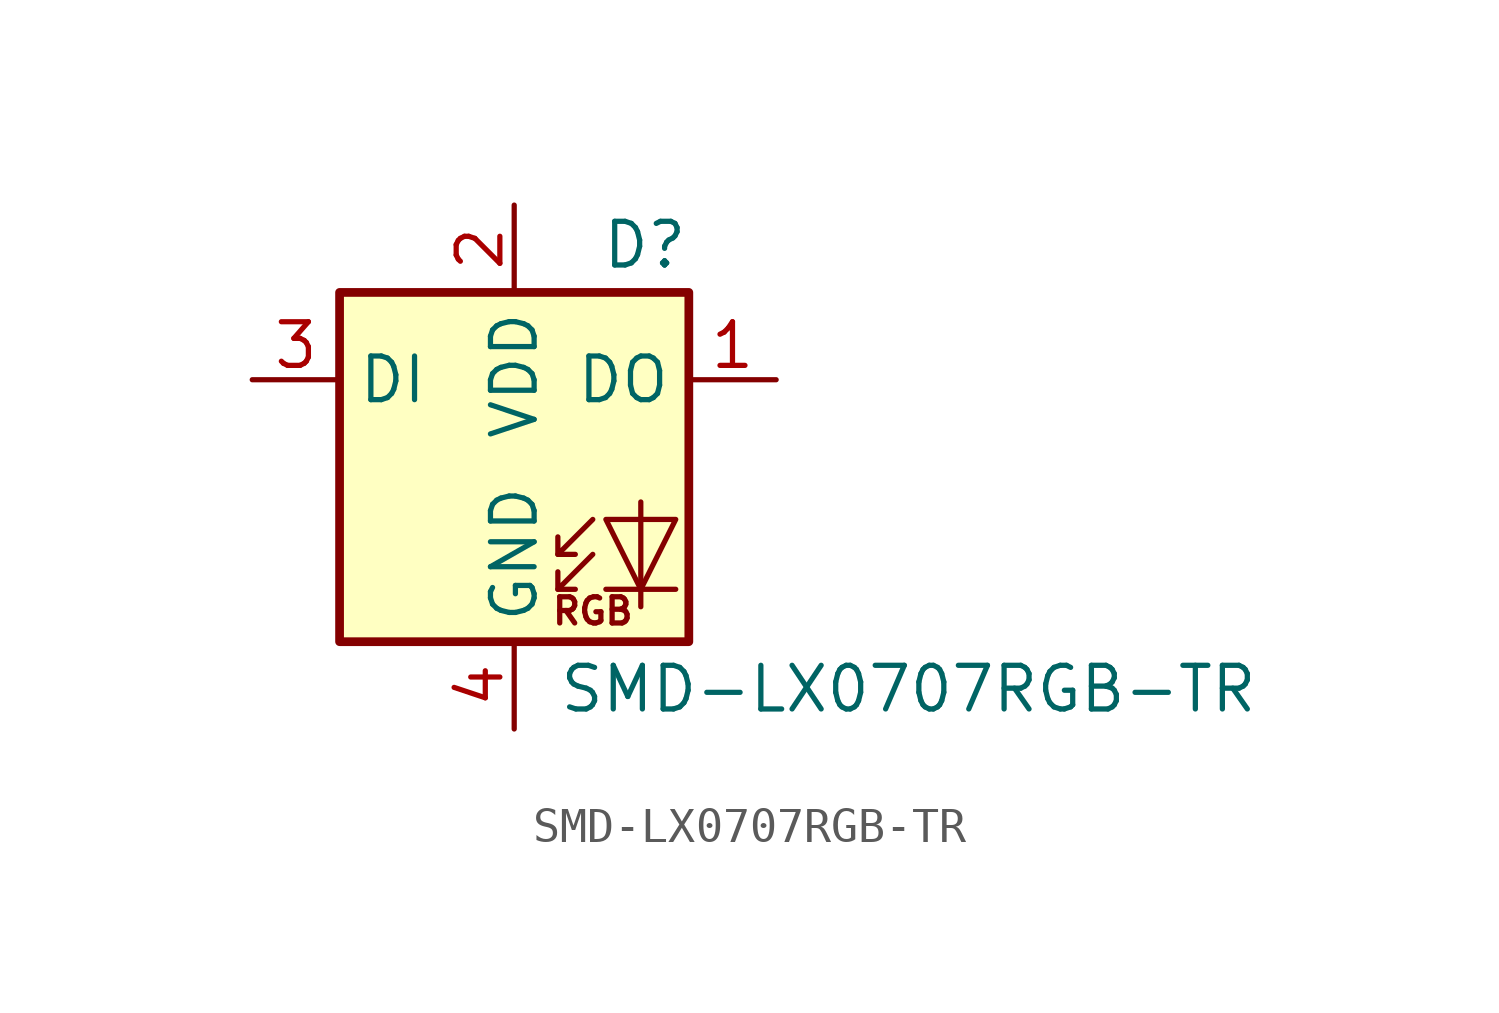
<source format=kicad_sym>
(kicad_symbol_lib
  (version 20201005)
  (generator kicad_symbol_editor)
  (symbol "SMD-LX0707RGB-TR"
    (property "Reference" "D"
      (at 5.08 5.715 0)
      (effects (font (size 1.27 1.27)) (justify right bottom)))
    (property "Value" "SMD-LX0707RGB-TR"
      (at 1.27 -5.715 0)
      (effects (font (size 1.27 1.27)) (justify left top)))
    (symbol "SMD-LX0707RGB-TR_0_0"
      (text "RGB" (at 2.286 -4.191 0) (effects (font (size 0.762 0.762)))))
    (symbol "SMD-LX0707RGB-TR_0_1"
      (rectangle (start 5.08 5.08) (end -5.08 -5.08) (stroke (width 0.254)) (fill (type background)))
      (polyline (pts (xy 1.27 -3.556) (xy 1.778 -3.556)) (stroke (width 0)) (fill (type none)))
      (polyline (pts (xy 1.27 -2.54) (xy 1.778 -2.54)) (stroke (width 0)) (fill (type none)))
      (polyline (pts (xy 4.699 -3.556) (xy 2.667 -3.556)) (stroke (width 0)) (fill (type none)))
      (polyline (pts (xy 2.286 -2.54) (xy 1.27 -3.556) (xy 1.27 -3.048)) (stroke (width 0)) (fill (type none)))
      (polyline (pts (xy 2.286 -1.524) (xy 1.27 -2.54) (xy 1.27 -2.032)) (stroke (width 0)) (fill (type none)))
      (polyline (pts (xy 3.683 -1.016) (xy 3.683 -3.556) (xy 3.683 -4.064)) (stroke (width 0)) (fill (type none)))
      (polyline (pts (xy 4.699 -1.524) (xy 2.667 -1.524) (xy 3.683 -3.556) (xy 4.699 -1.524)) (stroke (width 0)) (fill (type none))))
    (symbol "SMD-LX0707RGB-TR_1_1"
      (pin output line (at 7.62 2.54 180) (length 2.54) (name "DO" (effects (font (size 1.27 1.27)))) (number "1" (effects (font (size 1.27 1.27)))))
      (pin power_in line (at 0 7.62 270) (length 2.54) (name "VDD" (effects (font (size 1.27 1.27)))) (number "2" (effects (font (size 1.27 1.27)))))
      (pin input line (at -7.62 2.54 0) (length 2.54) (name "DI" (effects (font (size 1.27 1.27)))) (number "3" (effects (font (size 1.27 1.27)))))
      (pin power_in line (at 0 -7.62 90) (length 2.54) (name "GND" (effects (font (size 1.27 1.27)))) (number "4" (effects (font (size 1.27 1.27))))))))
</source>
